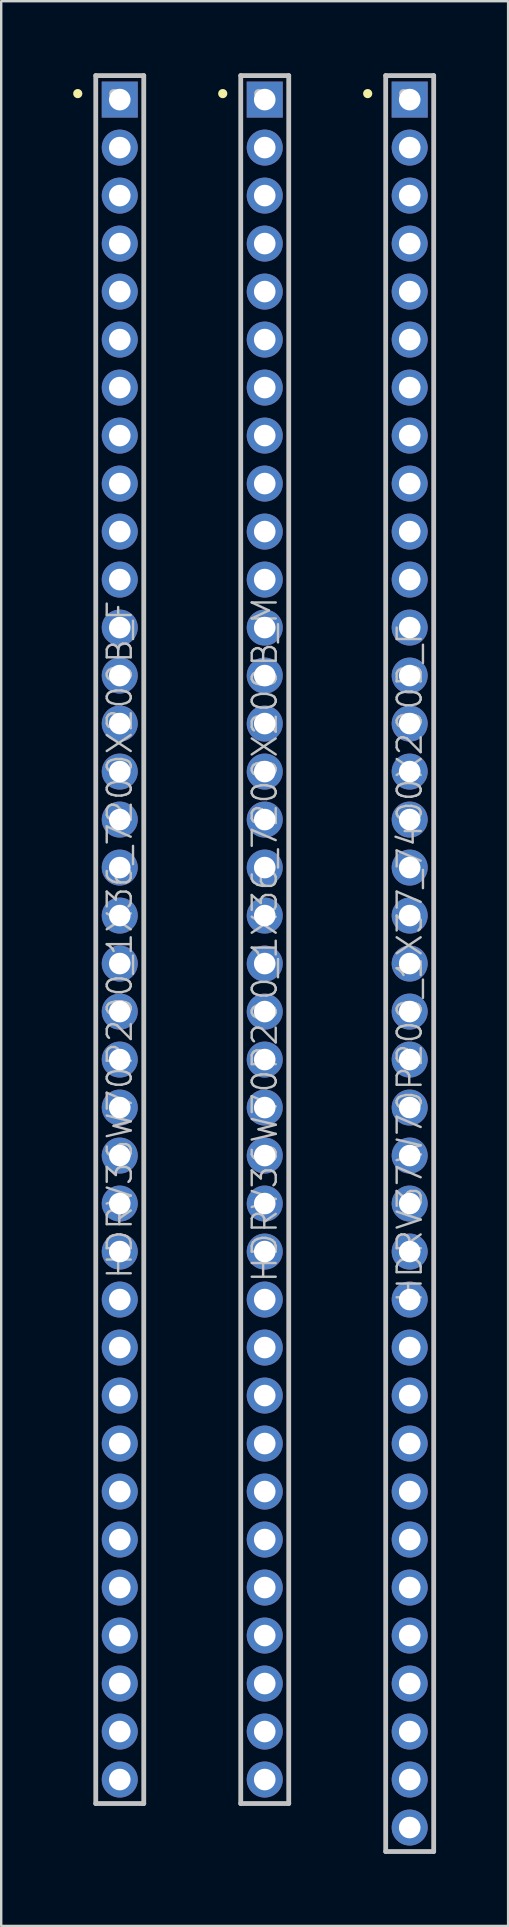
<source format=kicad_pcb>
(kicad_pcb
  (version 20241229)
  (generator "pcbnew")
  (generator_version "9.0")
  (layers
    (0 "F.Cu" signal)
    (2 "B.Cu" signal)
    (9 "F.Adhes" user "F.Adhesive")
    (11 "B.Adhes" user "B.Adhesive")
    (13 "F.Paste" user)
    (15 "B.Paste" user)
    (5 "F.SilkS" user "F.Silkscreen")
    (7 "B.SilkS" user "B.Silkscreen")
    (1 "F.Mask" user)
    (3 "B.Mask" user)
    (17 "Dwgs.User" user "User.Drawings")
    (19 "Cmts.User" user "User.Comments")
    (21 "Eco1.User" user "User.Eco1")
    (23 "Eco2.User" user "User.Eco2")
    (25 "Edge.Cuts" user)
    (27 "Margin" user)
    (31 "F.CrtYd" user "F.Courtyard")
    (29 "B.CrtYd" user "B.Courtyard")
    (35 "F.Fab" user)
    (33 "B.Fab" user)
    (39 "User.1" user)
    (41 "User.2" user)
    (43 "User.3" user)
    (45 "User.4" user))
  (footprint "HDRV36W70P200_1X36_7200X200B_M"
    (layer "F.Cu")
    (at 7.981 36.1)
    (property "Reference" "HDRV36W70P200_1X36_7200X200B_M" (at 0 0 90) (layer "Dwgs.User") (effects (font (size 1 1) (thickness 0.1))))
    (attr through_hole)
    (fp_line (start -1.75 -35.25) (end -1.75 -35.25) (stroke (width 0.381) (type solid)) (layer "F.SilkS"))
    (fp_line (start -1 -36) (end -1 36) (stroke (width 0.2) (type solid)) (layer "Dwgs.User"))
    (fp_line (start -1 -36) (end 1 -36) (stroke (width 0.2) (type solid)) (layer "Dwgs.User"))
    (fp_line (start -1 36) (end 1 36) (stroke (width 0.2) (type solid)) (layer "Dwgs.User"))
    (fp_line (start -0.25 -35.25) (end -0.25 -35.25) (stroke (width 0.381) (type solid)) (layer "Dwgs.User"))
    (fp_line (start 1 -36) (end 1 36) (stroke (width 0.2) (type solid)) (layer "Dwgs.User"))
    (pad "1" thru_hole rect (at 0 -35) (size 1.5 1.5) (drill 0.9) (layers "*.Cu" "*.Mask"))
    (pad "2" thru_hole circle (at 0 -33 270) (size 1.5 1.5) (drill 0.9) (layers "*.Cu" "*.Mask"))
    (pad "3" thru_hole circle (at 0 -31 270) (size 1.5 1.5) (drill 0.9) (layers "*.Cu" "*.Mask"))
    (pad "4" thru_hole circle (at 0 -29 270) (size 1.5 1.5) (drill 0.9) (layers "*.Cu" "*.Mask"))
    (pad "5" thru_hole circle (at 0 -27 270) (size 1.5 1.5) (drill 0.9) (layers "*.Cu" "*.Mask"))
    (pad "6" thru_hole circle (at 0 -25 270) (size 1.5 1.5) (drill 0.9) (layers "*.Cu" "*.Mask"))
    (pad "7" thru_hole circle (at 0 -23 270) (size 1.5 1.5) (drill 0.9) (layers "*.Cu" "*.Mask"))
    (pad "8" thru_hole circle (at 0 -21 270) (size 1.5 1.5) (drill 0.9) (layers "*.Cu" "*.Mask"))
    (pad "9" thru_hole circle (at 0 -19 270) (size 1.5 1.5) (drill 0.9) (layers "*.Cu" "*.Mask"))
    (pad "10" thru_hole circle (at 0 -17 270) (size 1.5 1.5) (drill 0.9) (layers "*.Cu" "*.Mask"))
    (pad "11" thru_hole circle (at 0 -15 270) (size 1.5 1.5) (drill 0.9) (layers "*.Cu" "*.Mask"))
    (pad "12" thru_hole circle (at 0 -13 270) (size 1.5 1.5) (drill 0.9) (layers "*.Cu" "*.Mask"))
    (pad "13" thru_hole circle (at 0 -11 270) (size 1.5 1.5) (drill 0.9) (layers "*.Cu" "*.Mask"))
    (pad "14" thru_hole circle (at 0 -9 270) (size 1.5 1.5) (drill 0.9) (layers "*.Cu" "*.Mask"))
    (pad "15" thru_hole circle (at 0 -7 270) (size 1.5 1.5) (drill 0.9) (layers "*.Cu" "*.Mask"))
    (pad "16" thru_hole circle (at 0 -5 270) (size 1.5 1.5) (drill 0.9) (layers "*.Cu" "*.Mask"))
    (pad "17" thru_hole circle (at 0 -3 270) (size 1.5 1.5) (drill 0.9) (layers "*.Cu" "*.Mask"))
    (pad "18" thru_hole circle (at 0 -1 270) (size 1.5 1.5) (drill 0.9) (layers "*.Cu" "*.Mask"))
    (pad "19" thru_hole circle (at 0 1 270) (size 1.5 1.5) (drill 0.9) (layers "*.Cu" "*.Mask"))
    (pad "20" thru_hole circle (at 0 3 270) (size 1.5 1.5) (drill 0.9) (layers "*.Cu" "*.Mask"))
    (pad "21" thru_hole circle (at 0 5 270) (size 1.5 1.5) (drill 0.9) (layers "*.Cu" "*.Mask"))
    (pad "22" thru_hole circle (at 0 7 270) (size 1.5 1.5) (drill 0.9) (layers "*.Cu" "*.Mask"))
    (pad "23" thru_hole circle (at 0 9 270) (size 1.5 1.5) (drill 0.9) (layers "*.Cu" "*.Mask"))
    (pad "24" thru_hole circle (at 0 11 270) (size 1.5 1.5) (drill 0.9) (layers "*.Cu" "*.Mask"))
    (pad "25" thru_hole circle (at 0 13 270) (size 1.5 1.5) (drill 0.9) (layers "*.Cu" "*.Mask"))
    (pad "26" thru_hole circle (at 0 15 270) (size 1.5 1.5) (drill 0.9) (layers "*.Cu" "*.Mask"))
    (pad "27" thru_hole circle (at 0 17 270) (size 1.5 1.5) (drill 0.9) (layers "*.Cu" "*.Mask"))
    (pad "28" thru_hole circle (at 0 19 270) (size 1.5 1.5) (drill 0.9) (layers "*.Cu" "*.Mask"))
    (pad "29" thru_hole circle (at 0 21 270) (size 1.5 1.5) (drill 0.9) (layers "*.Cu" "*.Mask"))
    (pad "30" thru_hole circle (at 0 23 270) (size 1.5 1.5) (drill 0.9) (layers "*.Cu" "*.Mask"))
    (pad "31" thru_hole circle (at 0 25 270) (size 1.5 1.5) (drill 0.9) (layers "*.Cu" "*.Mask"))
    (pad "32" thru_hole circle (at 0 27 270) (size 1.5 1.5) (drill 0.9) (layers "*.Cu" "*.Mask"))
    (pad "33" thru_hole circle (at 0 29 270) (size 1.5 1.5) (drill 0.9) (layers "*.Cu" "*.Mask"))
    (pad "34" thru_hole circle (at 0 31 270) (size 1.5 1.5) (drill 0.9) (layers "*.Cu" "*.Mask"))
    (pad "35" thru_hole circle (at 0 33 270) (size 1.5 1.5) (drill 0.9) (layers "*.Cu" "*.Mask"))
    (pad "36" thru_hole circle (at 0 35 270) (size 1.5 1.5) (drill 0.9) (layers "*.Cu" "*.Mask")))
  (footprint "HDRV37W70P200_1X37_7400X200B_F"
    (layer "F.Cu")
    (at 14.021 37.1)
    (property "Reference" "HDRV37W70P200_1X37_7400X200B_F" (at 0 0 90) (layer "Dwgs.User") (effects (font (size 1 1) (thickness 0.1))))
    (attr through_hole)
    (fp_line (start -1.75 -36.25) (end -1.75 -36.25) (stroke (width 0.381) (type solid)) (layer "F.SilkS"))
    (fp_line (start -1 -37) (end -1 37) (stroke (width 0.2) (type solid)) (layer "Dwgs.User"))
    (fp_line (start -1 -37) (end 1 -37) (stroke (width 0.2) (type solid)) (layer "Dwgs.User"))
    (fp_line (start -1 37) (end 1 37) (stroke (width 0.2) (type solid)) (layer "Dwgs.User"))
    (fp_line (start -0.25 -36.25) (end -0.25 -36.25) (stroke (width 0.381) (type solid)) (layer "Dwgs.User"))
    (fp_line (start 1 -37) (end 1 37) (stroke (width 0.2) (type solid)) (layer "Dwgs.User"))
    (pad "1" thru_hole rect (at 0 -36) (size 1.5 1.5) (drill 0.9) (layers "*.Cu" "*.Mask"))
    (pad "2" thru_hole circle (at 0 -34 270) (size 1.5 1.5) (drill 0.9) (layers "*.Cu" "*.Mask"))
    (pad "3" thru_hole circle (at 0 -32 270) (size 1.5 1.5) (drill 0.9) (layers "*.Cu" "*.Mask"))
    (pad "4" thru_hole circle (at 0 -30 270) (size 1.5 1.5) (drill 0.9) (layers "*.Cu" "*.Mask"))
    (pad "5" thru_hole circle (at 0 -28 270) (size 1.5 1.5) (drill 0.9) (layers "*.Cu" "*.Mask"))
    (pad "6" thru_hole circle (at 0 -26 270) (size 1.5 1.5) (drill 0.9) (layers "*.Cu" "*.Mask"))
    (pad "7" thru_hole circle (at 0 -24 270) (size 1.5 1.5) (drill 0.9) (layers "*.Cu" "*.Mask"))
    (pad "8" thru_hole circle (at 0 -22 270) (size 1.5 1.5) (drill 0.9) (layers "*.Cu" "*.Mask"))
    (pad "9" thru_hole circle (at 0 -20 270) (size 1.5 1.5) (drill 0.9) (layers "*.Cu" "*.Mask"))
    (pad "10" thru_hole circle (at 0 -18 270) (size 1.5 1.5) (drill 0.9) (layers "*.Cu" "*.Mask"))
    (pad "11" thru_hole circle (at 0 -16 270) (size 1.5 1.5) (drill 0.9) (layers "*.Cu" "*.Mask"))
    (pad "12" thru_hole circle (at 0 -14 270) (size 1.5 1.5) (drill 0.9) (layers "*.Cu" "*.Mask"))
    (pad "13" thru_hole circle (at 0 -12 270) (size 1.5 1.5) (drill 0.9) (layers "*.Cu" "*.Mask"))
    (pad "14" thru_hole circle (at 0 -10 270) (size 1.5 1.5) (drill 0.9) (layers "*.Cu" "*.Mask"))
    (pad "15" thru_hole circle (at 0 -8 270) (size 1.5 1.5) (drill 0.9) (layers "*.Cu" "*.Mask"))
    (pad "16" thru_hole circle (at 0 -6 270) (size 1.5 1.5) (drill 0.9) (layers "*.Cu" "*.Mask"))
    (pad "17" thru_hole circle (at 0 -4 270) (size 1.5 1.5) (drill 0.9) (layers "*.Cu" "*.Mask"))
    (pad "18" thru_hole circle (at 0 -2 270) (size 1.5 1.5) (drill 0.9) (layers "*.Cu" "*.Mask"))
    (pad "19" thru_hole circle (at 0 0 270) (size 1.5 1.5) (drill 0.9) (layers "*.Cu" "*.Mask"))
    (pad "20" thru_hole circle (at 0 2 270) (size 1.5 1.5) (drill 0.9) (layers "*.Cu" "*.Mask"))
    (pad "21" thru_hole circle (at 0 4 270) (size 1.5 1.5) (drill 0.9) (layers "*.Cu" "*.Mask"))
    (pad "22" thru_hole circle (at 0 6 270) (size 1.5 1.5) (drill 0.9) (layers "*.Cu" "*.Mask"))
    (pad "23" thru_hole circle (at 0 8 270) (size 1.5 1.5) (drill 0.9) (layers "*.Cu" "*.Mask"))
    (pad "24" thru_hole circle (at 0 10 270) (size 1.5 1.5) (drill 0.9) (layers "*.Cu" "*.Mask"))
    (pad "25" thru_hole circle (at 0 12 270) (size 1.5 1.5) (drill 0.9) (layers "*.Cu" "*.Mask"))
    (pad "26" thru_hole circle (at 0 14 270) (size 1.5 1.5) (drill 0.9) (layers "*.Cu" "*.Mask"))
    (pad "27" thru_hole circle (at 0 16 270) (size 1.5 1.5) (drill 0.9) (layers "*.Cu" "*.Mask"))
    (pad "28" thru_hole circle (at 0 18 270) (size 1.5 1.5) (drill 0.9) (layers "*.Cu" "*.Mask"))
    (pad "29" thru_hole circle (at 0 20 270) (size 1.5 1.5) (drill 0.9) (layers "*.Cu" "*.Mask"))
    (pad "30" thru_hole circle (at 0 22 270) (size 1.5 1.5) (drill 0.9) (layers "*.Cu" "*.Mask"))
    (pad "31" thru_hole circle (at 0 24 270) (size 1.5 1.5) (drill 0.9) (layers "*.Cu" "*.Mask"))
    (pad "32" thru_hole circle (at 0 26 270) (size 1.5 1.5) (drill 0.9) (layers "*.Cu" "*.Mask"))
    (pad "33" thru_hole circle (at 0 28 270) (size 1.5 1.5) (drill 0.9) (layers "*.Cu" "*.Mask"))
    (pad "34" thru_hole circle (at 0 30 270) (size 1.5 1.5) (drill 0.9) (layers "*.Cu" "*.Mask"))
    (pad "35" thru_hole circle (at 0 32 270) (size 1.5 1.5) (drill 0.9) (layers "*.Cu" "*.Mask"))
    (pad "36" thru_hole circle (at 0 34 270) (size 1.5 1.5) (drill 0.9) (layers "*.Cu" "*.Mask"))
    (pad "37" thru_hole circle (at 0 36 270) (size 1.5 1.5) (drill 0.9) (layers "*.Cu" "*.Mask")))
  (footprint "HDRV36W70P200_1X36_7200X200B_F"
    (layer "F.Cu")
    (at 1.94 36.1)
    (property "Reference" "HDRV36W70P200_1X36_7200X200B_F" (at 0 0 90) (layer "Dwgs.User") (effects (font (size 1 1) (thickness 0.1))))
    (attr through_hole)
    (fp_line (start -1.75 -35.25) (end -1.75 -35.25) (stroke (width 0.381) (type solid)) (layer "F.SilkS"))
    (fp_line (start -1 -36) (end -1 36) (stroke (width 0.2) (type solid)) (layer "Dwgs.User"))
    (fp_line (start -1 -36) (end 1 -36) (stroke (width 0.2) (type solid)) (layer "Dwgs.User"))
    (fp_line (start -1 36) (end 1 36) (stroke (width 0.2) (type solid)) (layer "Dwgs.User"))
    (fp_line (start -0.25 -35.25) (end -0.25 -35.25) (stroke (width 0.381) (type solid)) (layer "Dwgs.User"))
    (fp_line (start 1 -36) (end 1 36) (stroke (width 0.2) (type solid)) (layer "Dwgs.User"))
    (pad "1" thru_hole rect (at 0 -35) (size 1.5 1.5) (drill 0.9) (layers "*.Cu" "*.Mask"))
    (pad "2" thru_hole circle (at 0 -33 270) (size 1.5 1.5) (drill 0.9) (layers "*.Cu" "*.Mask"))
    (pad "3" thru_hole circle (at 0 -31 270) (size 1.5 1.5) (drill 0.9) (layers "*.Cu" "*.Mask"))
    (pad "4" thru_hole circle (at 0 -29 270) (size 1.5 1.5) (drill 0.9) (layers "*.Cu" "*.Mask"))
    (pad "5" thru_hole circle (at 0 -27 270) (size 1.5 1.5) (drill 0.9) (layers "*.Cu" "*.Mask"))
    (pad "6" thru_hole circle (at 0 -25 270) (size 1.5 1.5) (drill 0.9) (layers "*.Cu" "*.Mask"))
    (pad "7" thru_hole circle (at 0 -23 270) (size 1.5 1.5) (drill 0.9) (layers "*.Cu" "*.Mask"))
    (pad "8" thru_hole circle (at 0 -21 270) (size 1.5 1.5) (drill 0.9) (layers "*.Cu" "*.Mask"))
    (pad "9" thru_hole circle (at 0 -19 270) (size 1.5 1.5) (drill 0.9) (layers "*.Cu" "*.Mask"))
    (pad "10" thru_hole circle (at 0 -17 270) (size 1.5 1.5) (drill 0.9) (layers "*.Cu" "*.Mask"))
    (pad "11" thru_hole circle (at 0 -15 270) (size 1.5 1.5) (drill 0.9) (layers "*.Cu" "*.Mask"))
    (pad "12" thru_hole circle (at 0 -13 270) (size 1.5 1.5) (drill 0.9) (layers "*.Cu" "*.Mask"))
    (pad "13" thru_hole circle (at 0 -11 270) (size 1.5 1.5) (drill 0.9) (layers "*.Cu" "*.Mask"))
    (pad "14" thru_hole circle (at 0 -9 270) (size 1.5 1.5) (drill 0.9) (layers "*.Cu" "*.Mask"))
    (pad "15" thru_hole circle (at 0 -7 270) (size 1.5 1.5) (drill 0.9) (layers "*.Cu" "*.Mask"))
    (pad "16" thru_hole circle (at 0 -5 270) (size 1.5 1.5) (drill 0.9) (layers "*.Cu" "*.Mask"))
    (pad "17" thru_hole circle (at 0 -3 270) (size 1.5 1.5) (drill 0.9) (layers "*.Cu" "*.Mask"))
    (pad "18" thru_hole circle (at 0 -1 270) (size 1.5 1.5) (drill 0.9) (layers "*.Cu" "*.Mask"))
    (pad "19" thru_hole circle (at 0 1 270) (size 1.5 1.5) (drill 0.9) (layers "*.Cu" "*.Mask"))
    (pad "20" thru_hole circle (at 0 3 270) (size 1.5 1.5) (drill 0.9) (layers "*.Cu" "*.Mask"))
    (pad "21" thru_hole circle (at 0 5 270) (size 1.5 1.5) (drill 0.9) (layers "*.Cu" "*.Mask"))
    (pad "22" thru_hole circle (at 0 7 270) (size 1.5 1.5) (drill 0.9) (layers "*.Cu" "*.Mask"))
    (pad "23" thru_hole circle (at 0 9 270) (size 1.5 1.5) (drill 0.9) (layers "*.Cu" "*.Mask"))
    (pad "24" thru_hole circle (at 0 11 270) (size 1.5 1.5) (drill 0.9) (layers "*.Cu" "*.Mask"))
    (pad "25" thru_hole circle (at 0 13 270) (size 1.5 1.5) (drill 0.9) (layers "*.Cu" "*.Mask"))
    (pad "26" thru_hole circle (at 0 15 270) (size 1.5 1.5) (drill 0.9) (layers "*.Cu" "*.Mask"))
    (pad "27" thru_hole circle (at 0 17 270) (size 1.5 1.5) (drill 0.9) (layers "*.Cu" "*.Mask"))
    (pad "28" thru_hole circle (at 0 19 270) (size 1.5 1.5) (drill 0.9) (layers "*.Cu" "*.Mask"))
    (pad "29" thru_hole circle (at 0 21 270) (size 1.5 1.5) (drill 0.9) (layers "*.Cu" "*.Mask"))
    (pad "30" thru_hole circle (at 0 23 270) (size 1.5 1.5) (drill 0.9) (layers "*.Cu" "*.Mask"))
    (pad "31" thru_hole circle (at 0 25 270) (size 1.5 1.5) (drill 0.9) (layers "*.Cu" "*.Mask"))
    (pad "32" thru_hole circle (at 0 27 270) (size 1.5 1.5) (drill 0.9) (layers "*.Cu" "*.Mask"))
    (pad "33" thru_hole circle (at 0 29 270) (size 1.5 1.5) (drill 0.9) (layers "*.Cu" "*.Mask"))
    (pad "34" thru_hole circle (at 0 31 270) (size 1.5 1.5) (drill 0.9) (layers "*.Cu" "*.Mask"))
    (pad "35" thru_hole circle (at 0 33 270) (size 1.5 1.5) (drill 0.9) (layers "*.Cu" "*.Mask"))
    (pad "36" thru_hole circle (at 0 35 270) (size 1.5 1.5) (drill 0.9) (layers "*.Cu" "*.Mask")))
  (gr_rect
    (start -3 -3)
    (end 18.122 77.2)
    (stroke (width 0.1) (type default))
    (fill no)
    (layer "Edge.Cuts")))
</source>
